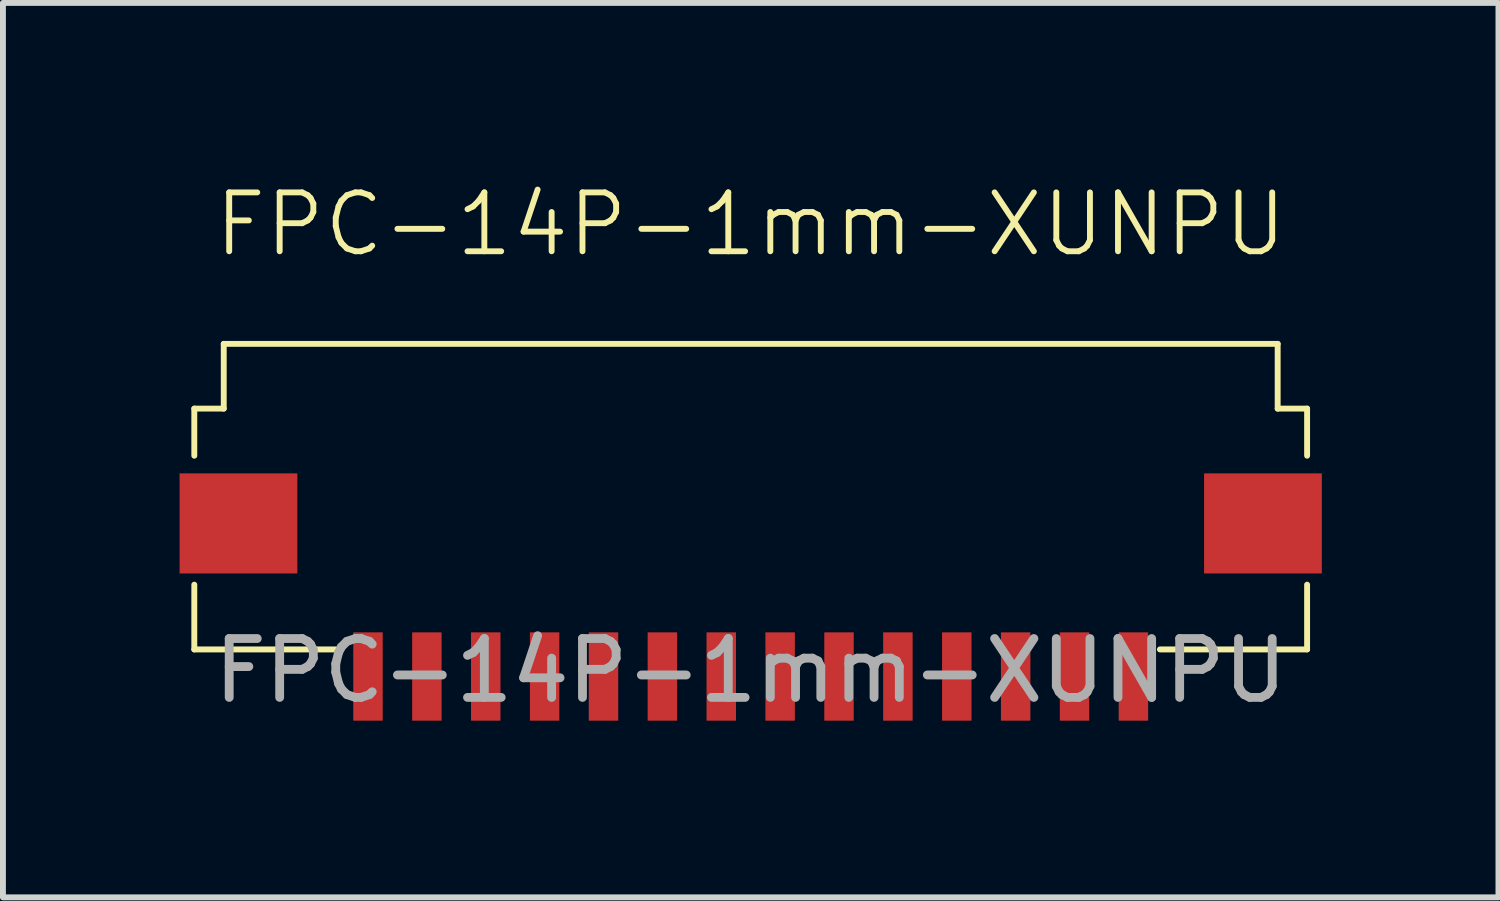
<source format=kicad_pcb>
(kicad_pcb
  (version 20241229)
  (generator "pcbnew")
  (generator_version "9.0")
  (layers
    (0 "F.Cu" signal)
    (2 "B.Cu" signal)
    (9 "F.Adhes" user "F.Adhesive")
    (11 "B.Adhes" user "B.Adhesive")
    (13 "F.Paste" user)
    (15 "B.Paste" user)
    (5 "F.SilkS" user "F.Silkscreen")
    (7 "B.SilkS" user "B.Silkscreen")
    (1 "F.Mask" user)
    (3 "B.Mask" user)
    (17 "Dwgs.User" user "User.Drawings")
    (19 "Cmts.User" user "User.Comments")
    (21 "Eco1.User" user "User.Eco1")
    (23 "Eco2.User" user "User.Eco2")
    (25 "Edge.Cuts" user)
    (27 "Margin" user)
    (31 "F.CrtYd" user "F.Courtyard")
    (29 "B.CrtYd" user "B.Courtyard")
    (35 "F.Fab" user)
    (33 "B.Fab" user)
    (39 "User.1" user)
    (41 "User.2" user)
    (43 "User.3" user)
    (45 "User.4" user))
  (footprint "FPC-14P-1mm-XUNPU"
    (layer "F.Cu")
    (at 9.7 5.84)
    (property "Reference" "FPC-14P-1mm-XUNPU" (at 0 -5.08 0) (unlocked yes) (layer "F.SilkS") (effects (font (size 1 1) (thickness 0.1))))
    (attr smd)
    (fp_line (start -9.45 -1.95) (end -9.45 -1.15) (stroke (width 0.1) (type default)) (layer "F.SilkS"))
    (fp_line (start -9.45 -1.95) (end -8.95 -1.95) (stroke (width 0.1) (type default)) (layer "F.SilkS"))
    (fp_line (start -9.45 1.04) (end -9.45 2.14) (stroke (width 0.1) (type default)) (layer "F.SilkS"))
    (fp_line (start -9.45 2.14) (end -6.95 2.14) (stroke (width 0.1) (type default)) (layer "F.SilkS"))
    (fp_line (start -8.95 -3.05) (end -8.95 -1.95) (stroke (width 0.1) (type default)) (layer "F.SilkS"))
    (fp_line (start 6.95 2.14) (end 9.45 2.14) (stroke (width 0.1) (type default)) (layer "F.SilkS"))
    (fp_line (start 8.95 -3.05) (end -8.95 -3.05) (stroke (width 0.1) (type default)) (layer "F.SilkS"))
    (fp_line (start 8.95 -3.05) (end 8.95 -1.95) (stroke (width 0.1) (type default)) (layer "F.SilkS"))
    (fp_line (start 8.95 -1.95) (end 9.45 -1.95) (stroke (width 0.1) (type default)) (layer "F.SilkS"))
    (fp_line (start 9.45 -1.95) (end 9.45 -1.15) (stroke (width 0.1) (type default)) (layer "F.SilkS"))
    (fp_line (start 9.45 1.04) (end 9.45 2.14) (stroke (width 0.1) (type default)) (layer "F.SilkS"))
    (fp_text user "${REFERENCE}" (at 0 2.5 0) (unlocked yes) (layer "F.Fab") (effects (font (size 1 1) (thickness 0.15))))
    (pad "1" smd rect (at -6.5 2.6 90) (size 1.5 0.5) (layers "F.Cu" "F.Mask" "F.Paste"))
    (pad "2" smd rect (at -5.5 2.6 90) (size 1.5 0.5) (layers "F.Cu" "F.Mask" "F.Paste"))
    (pad "3" smd rect (at -4.5 2.6 90) (size 1.5 0.5) (layers "F.Cu" "F.Mask" "F.Paste"))
    (pad "4" smd rect (at -3.5 2.6 90) (size 1.5 0.5) (layers "F.Cu" "F.Mask" "F.Paste"))
    (pad "5" smd rect (at -2.5 2.6 90) (size 1.5 0.5) (layers "F.Cu" "F.Mask" "F.Paste"))
    (pad "6" smd rect (at -1.5 2.6 90) (size 1.5 0.5) (layers "F.Cu" "F.Mask" "F.Paste"))
    (pad "7" smd rect (at -0.5 2.6 90) (size 1.5 0.5) (layers "F.Cu" "F.Mask" "F.Paste"))
    (pad "8" smd rect (at 0.5 2.6 90) (size 1.5 0.5) (layers "F.Cu" "F.Mask" "F.Paste"))
    (pad "9" smd rect (at 1.5 2.6 90) (size 1.5 0.5) (layers "F.Cu" "F.Mask" "F.Paste"))
    (pad "10" smd rect (at 2.5 2.6 90) (size 1.5 0.5) (layers "F.Cu" "F.Mask" "F.Paste"))
    (pad "11" smd rect (at 3.5 2.6 90) (size 1.5 0.5) (layers "F.Cu" "F.Mask" "F.Paste"))
    (pad "12" smd rect (at 4.5 2.6 90) (size 1.5 0.5) (layers "F.Cu" "F.Mask" "F.Paste"))
    (pad "13" smd rect (at 5.5 2.6 90) (size 1.5 0.5) (layers "F.Cu" "F.Mask" "F.Paste"))
    (pad "14" smd rect (at 6.5 2.6 90) (size 1.5 0.5) (layers "F.Cu" "F.Mask" "F.Paste"))
    (pad "MP" smd rect (at -8.7 0 90) (size 1.7 2) (layers "F.Cu" "F.Mask" "F.Paste"))
    (pad "MP" smd rect (at 8.7 0 90) (size 1.7 2) (layers "F.Cu" "F.Mask" "F.Paste")))
  (gr_rect
    (start -3 -3)
    (end 22.4 12.191)
    (stroke (width 0.1) (type default))
    (fill no)
    (layer "Edge.Cuts")))
</source>
